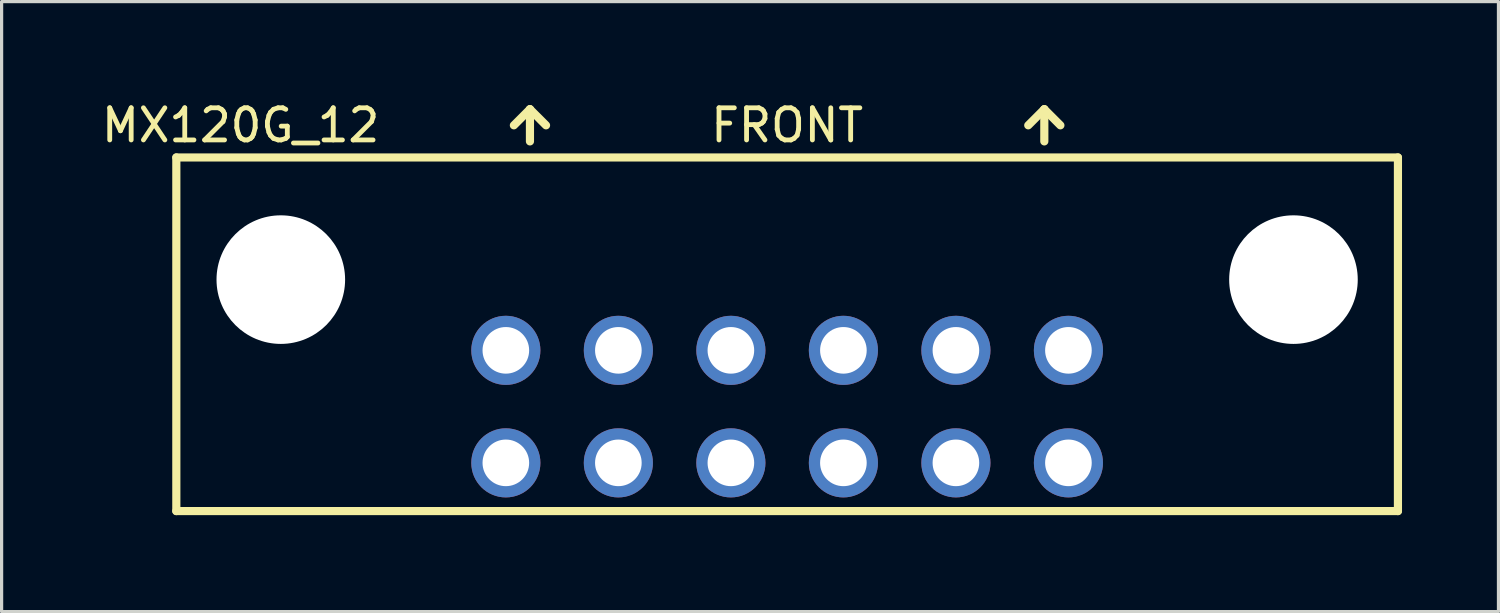
<source format=kicad_pcb>
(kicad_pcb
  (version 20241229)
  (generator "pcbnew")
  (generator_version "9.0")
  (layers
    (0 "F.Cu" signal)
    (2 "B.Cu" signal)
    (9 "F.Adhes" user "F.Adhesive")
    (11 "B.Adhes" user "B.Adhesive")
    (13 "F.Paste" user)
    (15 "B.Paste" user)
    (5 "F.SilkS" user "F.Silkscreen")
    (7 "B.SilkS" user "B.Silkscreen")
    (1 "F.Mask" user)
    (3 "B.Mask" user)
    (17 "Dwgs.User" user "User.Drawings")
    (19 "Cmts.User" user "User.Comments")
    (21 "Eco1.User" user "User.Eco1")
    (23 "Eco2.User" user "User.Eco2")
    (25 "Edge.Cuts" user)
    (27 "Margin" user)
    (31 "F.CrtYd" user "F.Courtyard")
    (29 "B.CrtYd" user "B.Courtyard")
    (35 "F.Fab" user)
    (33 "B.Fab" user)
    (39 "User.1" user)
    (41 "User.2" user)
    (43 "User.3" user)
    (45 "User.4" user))
  (footprint "MX120G_12"
    (layer "F.Cu")
    (at 21.435 11.348)
    (property "Reference" "MX120G_12" (at -17 -10.5 0) (layer "F.SilkS") (effects (font (size 1 1) (thickness 0.15))))
    (attr through_hole)
    (fp_line (start -19 -9.5) (end 19 -9.5) (stroke (width 0.254) (type solid)) (layer "F.SilkS"))
    (fp_line (start -19 1.5) (end -19 -9.5) (stroke (width 0.254) (type solid)) (layer "F.SilkS"))
    (fp_line (start -8 -11) (end -8.5 -10.5) (stroke (width 0.254) (type solid)) (layer "F.SilkS"))
    (fp_line (start -8 -11) (end -7.5 -10.5) (stroke (width 0.254) (type solid)) (layer "F.SilkS"))
    (fp_line (start -8 -10) (end -8 -11) (stroke (width 0.254) (type solid)) (layer "F.SilkS"))
    (fp_line (start 8 -11) (end 7.5 -10.5) (stroke (width 0.254) (type solid)) (layer "F.SilkS"))
    (fp_line (start 8 -11) (end 8.5 -10.5) (stroke (width 0.254) (type solid)) (layer "F.SilkS"))
    (fp_line (start 8 -10) (end 8 -11) (stroke (width 0.254) (type solid)) (layer "F.SilkS"))
    (fp_line (start 19 -9.5) (end 19 1.5) (stroke (width 0.254) (type solid)) (layer "F.SilkS"))
    (fp_line (start 19 1.5) (end -19 1.5) (stroke (width 0.254) (type solid)) (layer "F.SilkS"))
    (fp_text user "FRONT" (at 0 -10.5 0) (layer "F.SilkS") (effects (font (size 1 1) (thickness 0.15))))
    (pad "" np_thru_hole circle (at -15.75 -5.7) (size 4 4) (drill 4) (layers "*.Cu" "*.Mask"))
    (pad "" np_thru_hole circle (at 15.75 -5.7) (size 4 4) (drill 4) (layers "*.Cu" "*.Mask"))
    (pad "1" thru_hole circle (at 8.75 0) (size 2.15 2.15) (drill 1.45) (layers "*.Cu" "*.Mask"))
    (pad "2" thru_hole circle (at 5.25 0) (size 2.15 2.15) (drill 1.45) (layers "*.Cu" "*.Mask"))
    (pad "3" thru_hole circle (at 1.75 0) (size 2.15 2.15) (drill 1.45) (layers "*.Cu" "*.Mask"))
    (pad "4" thru_hole circle (at -1.75 0) (size 2.15 2.15) (drill 1.45) (layers "*.Cu" "*.Mask"))
    (pad "5" thru_hole circle (at -5.25 0) (size 2.15 2.15) (drill 1.45) (layers "*.Cu" "*.Mask"))
    (pad "6" thru_hole circle (at -8.75 0) (size 2.15 2.15) (drill 1.45) (layers "*.Cu" "*.Mask"))
    (pad "7" thru_hole circle (at 8.75 -3.5) (size 2.15 2.15) (drill 1.45) (layers "*.Cu" "*.Mask"))
    (pad "8" thru_hole circle (at 5.25 -3.5) (size 2.15 2.15) (drill 1.45) (layers "*.Cu" "*.Mask"))
    (pad "9" thru_hole circle (at 1.75 -3.5) (size 2.15 2.15) (drill 1.45) (layers "*.Cu" "*.Mask"))
    (pad "10" thru_hole circle (at -1.75 -3.5) (size 2.15 2.15) (drill 1.45) (layers "*.Cu" "*.Mask"))
    (pad "11" thru_hole circle (at -5.25 -3.5) (size 2.15 2.15) (drill 1.45) (layers "*.Cu" "*.Mask"))
    (pad "12" thru_hole circle (at -8.75 -3.5) (size 2.15 2.15) (drill 1.45) (layers "*.Cu" "*.Mask")))
  (gr_rect
    (start -3 -3)
    (end 43.562 15.975)
    (stroke (width 0.1) (type default))
    (fill no)
    (layer "Edge.Cuts")))
</source>
